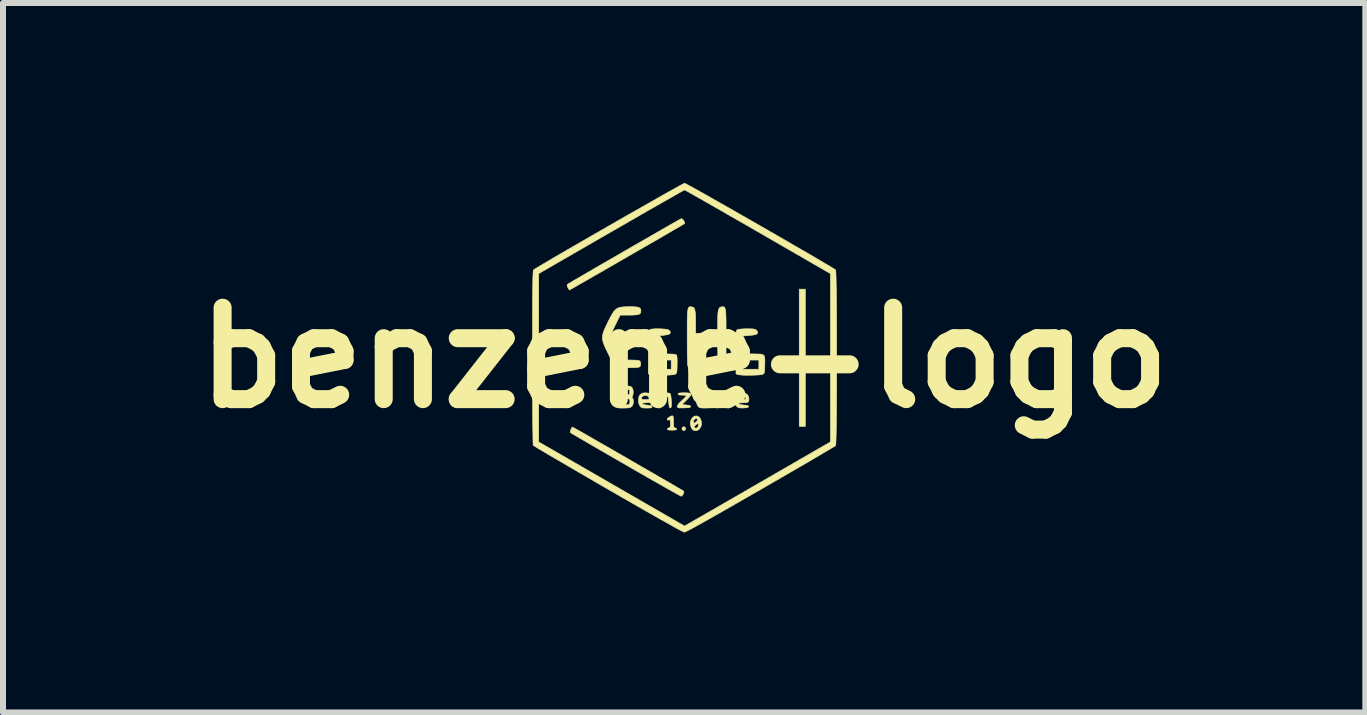
<source format=kicad_pcb>
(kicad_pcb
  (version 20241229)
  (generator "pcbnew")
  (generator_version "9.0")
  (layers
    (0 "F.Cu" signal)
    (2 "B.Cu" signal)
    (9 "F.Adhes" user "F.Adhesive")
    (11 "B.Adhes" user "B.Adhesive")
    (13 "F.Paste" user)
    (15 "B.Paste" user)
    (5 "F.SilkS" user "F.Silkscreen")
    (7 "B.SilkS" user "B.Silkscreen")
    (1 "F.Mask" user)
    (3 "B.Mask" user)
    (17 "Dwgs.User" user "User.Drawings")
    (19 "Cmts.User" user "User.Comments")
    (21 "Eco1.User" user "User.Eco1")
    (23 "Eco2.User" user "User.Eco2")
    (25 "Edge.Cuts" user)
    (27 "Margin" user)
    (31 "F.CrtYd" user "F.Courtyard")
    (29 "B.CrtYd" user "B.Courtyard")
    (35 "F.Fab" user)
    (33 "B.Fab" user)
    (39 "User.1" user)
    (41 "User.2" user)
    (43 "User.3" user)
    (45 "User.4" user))
  (footprint "benzene-logo"
    (layer "F.Cu")
    (at 8.353 2.913)
    (property "Reference" "benzene-logo" (at 0 0 0) (layer "F.SilkS") (effects (font (size 1.524 1.524) (thickness 0.3))))
    (attr through_hole)
    (fp_poly (pts (xy 2.019 1.143) (xy 1.918 1.143) (xy 1.918 -1.143) (xy 2.019 -1.143) (xy 2.019 1.143)) (stroke (width 0.01) (type solid)) (fill yes) (layer "F.SilkS"))
    (fp_poly (pts (xy 0.017 1.16) (xy 0.023 1.176) (xy 0.017 1.202) (xy -0.004 1.213) (xy -0.025 1.207) (xy -0.037 1.188) (xy -0.032 1.165) (xy -0.014 1.151) (xy -0.006 1.149) (xy 0.017 1.16)) (stroke (width 0.01) (type solid)) (fill yes) (layer "F.SilkS"))
    (fp_poly (pts (xy -0.184 0.979) (xy -0.179 1.01) (xy -0.178 1.064) (xy -0.178 1.067) (xy -0.177 1.117) (xy -0.175 1.148) (xy -0.169 1.163) (xy -0.159 1.168) (xy -0.152 1.168) (xy -0.132 1.176) (xy -0.127 1.187) (xy -0.133 1.199) (xy -0.154 1.204) (xy -0.194 1.206) (xy -0.203 1.206) (xy -0.247 1.205) (xy -0.271 1.2) (xy -0.279 1.19) (xy -0.279 1.187) (xy -0.269 1.172) (xy -0.254 1.168) (xy -0.239 1.165) (xy -0.232 1.152) (xy -0.229 1.122) (xy -0.229 1.1) (xy -0.23 1.06) (xy -0.234 1.041) (xy -0.244 1.036) (xy -0.253 1.037) (xy -0.277 1.038) (xy -0.284 1.026) (xy -0.273 1.008) (xy -0.251 0.991) (xy -0.218 0.972) (xy -0.196 0.967) (xy -0.184 0.979)) (stroke (width 0.01) (type solid)) (fill yes) (layer "F.SilkS"))
    (fp_poly (pts (xy 0.064 0.586) (xy 0.1 0.592) (xy 0.114 0.606) (xy 0.106 0.629) (xy 0.078 0.664) (xy 0.038 0.705) (xy -0.039 0.781) (xy 0.034 0.787) (xy 0.079 0.793) (xy 0.102 0.802) (xy 0.108 0.813) (xy 0.103 0.823) (xy 0.084 0.829) (xy 0.047 0.833) (xy 0.006 0.835) (xy -0.043 0.836) (xy -0.082 0.835) (xy -0.103 0.831) (xy -0.105 0.83) (xy -0.114 0.81) (xy -0.104 0.783) (xy -0.075 0.748) (xy -0.038 0.713) (xy -0.002 0.68) (xy 0.024 0.653) (xy 0.037 0.636) (xy 0.038 0.634) (xy 0.027 0.628) (xy -0.003 0.623) (xy -0.032 0.622) (xy -0.074 0.621) (xy -0.096 0.615) (xy -0.102 0.603) (xy -0.097 0.594) (xy -0.08 0.588) (xy -0.047 0.585) (xy 0.006 0.584) (xy 0.064 0.586)) (stroke (width 0.01) (type solid)) (fill yes) (layer "F.SilkS"))
    (fp_poly (pts (xy -0.392 0.592) (xy -0.387 0.597) (xy -0.37 0.603) (xy -0.356 0.597) (xy -0.323 0.587) (xy -0.284 0.585) (xy -0.249 0.59) (xy -0.231 0.6) (xy -0.225 0.619) (xy -0.219 0.657) (xy -0.215 0.706) (xy -0.214 0.724) (xy -0.212 0.777) (xy -0.214 0.81) (xy -0.219 0.828) (xy -0.228 0.835) (xy -0.23 0.835) (xy -0.241 0.833) (xy -0.248 0.819) (xy -0.253 0.787) (xy -0.258 0.742) (xy -0.264 0.683) (xy -0.274 0.647) (xy -0.29 0.632) (xy -0.313 0.634) (xy -0.336 0.646) (xy -0.361 0.665) (xy -0.374 0.689) (xy -0.378 0.725) (xy -0.383 0.783) (xy -0.391 0.819) (xy -0.404 0.836) (xy -0.413 0.838) (xy -0.422 0.834) (xy -0.427 0.818) (xy -0.431 0.786) (xy -0.432 0.735) (xy -0.432 0.711) (xy -0.431 0.652) (xy -0.429 0.613) (xy -0.424 0.592) (xy -0.416 0.585) (xy -0.413 0.584) (xy -0.392 0.592)) (stroke (width 0.01) (type solid)) (fill yes) (layer "F.SilkS"))
    (fp_poly (pts (xy 0.571 0.593) (xy 0.574 0.599) (xy 0.584 0.607) (xy 0.606 0.599) (xy 0.641 0.588) (xy 0.681 0.585) (xy 0.716 0.59) (xy 0.734 0.6) (xy 0.74 0.62) (xy 0.746 0.657) (xy 0.75 0.705) (xy 0.75 0.711) (xy 0.751 0.769) (xy 0.751 0.806) (xy 0.749 0.827) (xy 0.743 0.836) (xy 0.734 0.838) (xy 0.732 0.838) (xy 0.721 0.83) (xy 0.713 0.802) (xy 0.706 0.753) (xy 0.705 0.74) (xy 0.699 0.692) (xy 0.691 0.655) (xy 0.684 0.634) (xy 0.682 0.633) (xy 0.663 0.633) (xy 0.632 0.643) (xy 0.62 0.649) (xy 0.572 0.674) (xy 0.572 0.756) (xy 0.57 0.802) (xy 0.566 0.828) (xy 0.557 0.838) (xy 0.552 0.838) (xy 0.544 0.834) (xy 0.538 0.819) (xy 0.535 0.788) (xy 0.533 0.738) (xy 0.533 0.711) (xy 0.534 0.651) (xy 0.537 0.613) (xy 0.541 0.592) (xy 0.549 0.584) (xy 0.551 0.584) (xy 0.571 0.593)) (stroke (width 0.01) (type solid)) (fill yes) (layer "F.SilkS"))
    (fp_poly (pts (xy 0.248 0.988) (xy 0.272 1.02) (xy 0.286 1.062) (xy 0.289 1.107) (xy 0.278 1.15) (xy 0.253 1.187) (xy 0.245 1.193) (xy 0.217 1.212) (xy 0.192 1.216) (xy 0.162 1.21) (xy 0.137 1.192) (xy 0.118 1.16) (xy 0.167 1.16) (xy 0.181 1.172) (xy 0.211 1.172) (xy 0.232 1.149) (xy 0.237 1.135) (xy 0.24 1.105) (xy 0.23 1.097) (xy 0.205 1.109) (xy 0.198 1.113) (xy 0.172 1.139) (xy 0.167 1.16) (xy 0.118 1.16) (xy 0.116 1.157) (xy 0.104 1.113) (xy 0.102 1.088) (xy 0.106 1.068) (xy 0.152 1.068) (xy 0.156 1.088) (xy 0.17 1.088) (xy 0.198 1.069) (xy 0.2 1.068) (xy 0.224 1.041) (xy 0.225 1.021) (xy 0.21 1.012) (xy 0.186 1.014) (xy 0.164 1.033) (xy 0.153 1.062) (xy 0.152 1.068) (xy 0.106 1.068) (xy 0.111 1.044) (xy 0.135 1.003) (xy 0.167 0.976) (xy 0.176 0.972) (xy 0.215 0.97) (xy 0.248 0.988)) (stroke (width 0.01) (type solid)) (fill yes) (layer "F.SilkS"))
    (fp_poly (pts (xy -0.593 0.59) (xy -0.556 0.607) (xy -0.538 0.64) (xy -0.536 0.684) (xy -0.54 0.743) (xy -0.628 0.749) (xy -0.673 0.753) (xy -0.697 0.758) (xy -0.702 0.765) (xy -0.697 0.771) (xy -0.675 0.78) (xy -0.637 0.787) (xy -0.609 0.79) (xy -0.567 0.794) (xy -0.544 0.802) (xy -0.536 0.816) (xy -0.537 0.828) (xy -0.548 0.834) (xy -0.574 0.837) (xy -0.62 0.838) (xy -0.668 0.837) (xy -0.698 0.833) (xy -0.718 0.824) (xy -0.734 0.807) (xy -0.736 0.805) (xy -0.756 0.762) (xy -0.762 0.711) (xy -0.757 0.673) (xy -0.711 0.673) (xy -0.708 0.688) (xy -0.694 0.696) (xy -0.663 0.698) (xy -0.648 0.699) (xy -0.61 0.697) (xy -0.591 0.692) (xy -0.584 0.679) (xy -0.584 0.673) (xy -0.595 0.648) (xy -0.613 0.634) (xy -0.648 0.628) (xy -0.681 0.635) (xy -0.705 0.654) (xy -0.711 0.673) (xy -0.757 0.673) (xy -0.755 0.651) (xy -0.732 0.611) (xy -0.692 0.589) (xy -0.65 0.584) (xy -0.593 0.59)) (stroke (width 0.01) (type solid)) (fill yes) (layer "F.SilkS"))
    (fp_poly (pts (xy 0.373 0.59) (xy 0.409 0.607) (xy 0.427 0.64) (xy 0.429 0.684) (xy 0.425 0.743) (xy 0.34 0.749) (xy 0.291 0.756) (xy 0.266 0.765) (xy 0.266 0.774) (xy 0.289 0.783) (xy 0.336 0.789) (xy 0.349 0.79) (xy 0.394 0.794) (xy 0.418 0.801) (xy 0.429 0.813) (xy 0.429 0.816) (xy 0.429 0.828) (xy 0.418 0.834) (xy 0.391 0.837) (xy 0.345 0.838) (xy 0.297 0.837) (xy 0.267 0.833) (xy 0.247 0.824) (xy 0.231 0.807) (xy 0.23 0.805) (xy 0.209 0.762) (xy 0.203 0.711) (xy 0.208 0.673) (xy 0.254 0.673) (xy 0.257 0.688) (xy 0.271 0.696) (xy 0.302 0.698) (xy 0.318 0.699) (xy 0.356 0.697) (xy 0.375 0.692) (xy 0.381 0.679) (xy 0.381 0.673) (xy 0.37 0.648) (xy 0.352 0.634) (xy 0.317 0.628) (xy 0.284 0.635) (xy 0.26 0.654) (xy 0.254 0.673) (xy 0.208 0.673) (xy 0.211 0.651) (xy 0.234 0.611) (xy 0.273 0.589) (xy 0.316 0.584) (xy 0.373 0.59)) (stroke (width 0.01) (type solid)) (fill yes) (layer "F.SilkS"))
    (fp_poly (pts (xy 1.021 0.593) (xy 1.059 0.62) (xy 1.077 0.663) (xy 1.079 0.688) (xy 1.077 0.718) (xy 1.065 0.736) (xy 1.041 0.746) (xy 0.998 0.749) (xy 0.969 0.749) (xy 0.925 0.752) (xy 0.904 0.759) (xy 0.906 0.768) (xy 0.928 0.778) (xy 0.971 0.785) (xy 0.992 0.787) (xy 1.039 0.793) (xy 1.064 0.8) (xy 1.073 0.811) (xy 1.073 0.813) (xy 1.067 0.824) (xy 1.045 0.831) (xy 1.003 0.835) (xy 0.99 0.836) (xy 0.942 0.836) (xy 0.911 0.832) (xy 0.889 0.821) (xy 0.879 0.813) (xy 0.862 0.792) (xy 0.854 0.765) (xy 0.851 0.722) (xy 0.851 0.711) (xy 0.854 0.673) (xy 0.902 0.673) (xy 0.905 0.688) (xy 0.919 0.696) (xy 0.95 0.698) (xy 0.965 0.699) (xy 1.003 0.697) (xy 1.022 0.692) (xy 1.028 0.679) (xy 1.029 0.673) (xy 1.017 0.648) (xy 0.997 0.633) (xy 0.961 0.626) (xy 0.928 0.635) (xy 0.906 0.655) (xy 0.902 0.673) (xy 0.854 0.673) (xy 0.856 0.652) (xy 0.874 0.613) (xy 0.907 0.592) (xy 0.959 0.584) (xy 0.965 0.584) (xy 1.021 0.593)) (stroke (width 0.01) (type solid)) (fill yes) (layer "F.SilkS"))
    (fp_poly (pts (xy -0.934 0.471) (xy -0.901 0.476) (xy -0.88 0.486) (xy -0.871 0.494) (xy -0.856 0.524) (xy -0.849 0.566) (xy -0.851 0.608) (xy -0.861 0.639) (xy -0.863 0.64) (xy -0.87 0.659) (xy -0.866 0.665) (xy -0.852 0.686) (xy -0.847 0.722) (xy -0.849 0.761) (xy -0.854 0.777) (xy -0.869 0.807) (xy -0.893 0.825) (xy -0.931 0.835) (xy -0.989 0.838) (xy -0.996 0.838) (xy -1.079 0.838) (xy -1.079 0.731) (xy -1.029 0.731) (xy -1.029 0.789) (xy -0.968 0.785) (xy -0.932 0.782) (xy -0.914 0.774) (xy -0.907 0.757) (xy -0.904 0.735) (xy -0.906 0.703) (xy -0.921 0.684) (xy -0.953 0.675) (xy -0.994 0.673) (xy -1.015 0.675) (xy -1.025 0.685) (xy -1.029 0.711) (xy -1.029 0.731) (xy -1.079 0.731) (xy -1.079 0.624) (xy -1.029 0.624) (xy -0.968 0.62) (xy -0.932 0.617) (xy -0.914 0.609) (xy -0.909 0.593) (xy -0.908 0.572) (xy -0.909 0.545) (xy -0.918 0.531) (xy -0.939 0.525) (xy -0.968 0.523) (xy -1.029 0.519) (xy -1.029 0.624) (xy -1.079 0.624) (xy -1.079 0.47) (xy -0.986 0.47) (xy -0.934 0.471)) (stroke (width 0.01) (type solid)) (fill yes) (layer "F.SilkS"))
    (fp_poly (pts (xy -1.849 1.162) (xy -1.817 1.18) (xy -1.767 1.208) (xy -1.701 1.245) (xy -1.621 1.291) (xy -1.529 1.344) (xy -1.427 1.403) (xy -1.316 1.466) (xy -1.199 1.533) (xy -1.078 1.603) (xy -0.955 1.674) (xy -0.831 1.746) (xy -0.709 1.816) (xy -0.591 1.884) (xy -0.478 1.95) (xy -0.372 2.011) (xy -0.276 2.066) (xy -0.192 2.115) (xy -0.121 2.157) (xy -0.065 2.189) (xy -0.027 2.212) (xy -0.008 2.223) (xy -0.007 2.224) (xy -0.005 2.241) (xy -0.014 2.267) (xy -0.029 2.293) (xy -0.046 2.308) (xy -0.047 2.308) (xy -0.059 2.302) (xy -0.092 2.285) (xy -0.143 2.257) (xy -0.212 2.218) (xy -0.296 2.171) (xy -0.393 2.116) (xy -0.503 2.053) (xy -0.624 1.984) (xy -0.753 1.91) (xy -0.889 1.832) (xy -0.97 1.785) (xy -1.11 1.704) (xy -1.244 1.627) (xy -1.37 1.554) (xy -1.486 1.487) (xy -1.591 1.426) (xy -1.683 1.372) (xy -1.761 1.327) (xy -1.823 1.291) (xy -1.866 1.265) (xy -1.891 1.25) (xy -1.895 1.247) (xy -1.897 1.23) (xy -1.89 1.203) (xy -1.878 1.175) (xy -1.865 1.158) (xy -1.861 1.156) (xy -1.849 1.162)) (stroke (width 0.01) (type solid)) (fill yes) (layer "F.SilkS"))
    (fp_poly (pts (xy -0.032 -2.313) (xy -0.013 -2.293) (xy 0.002 -2.267) (xy 0.008 -2.244) (xy 0.005 -2.236) (xy -0.008 -2.228) (xy -0.04 -2.209) (xy -0.09 -2.179) (xy -0.157 -2.141) (xy -0.237 -2.094) (xy -0.33 -2.04) (xy -0.433 -1.98) (xy -0.545 -1.916) (xy -0.663 -1.848) (xy -0.786 -1.777) (xy -0.911 -1.705) (xy -1.037 -1.632) (xy -1.161 -1.56) (xy -1.283 -1.49) (xy -1.399 -1.423) (xy -1.508 -1.361) (xy -1.608 -1.303) (xy -1.697 -1.252) (xy -1.774 -1.208) (xy -1.835 -1.173) (xy -1.88 -1.148) (xy -1.906 -1.133) (xy -1.912 -1.13) (xy -1.921 -1.14) (xy -1.935 -1.165) (xy -1.938 -1.17) (xy -1.95 -1.199) (xy -1.949 -1.216) (xy -1.941 -1.226) (xy -1.928 -1.234) (xy -1.895 -1.254) (xy -1.844 -1.284) (xy -1.776 -1.323) (xy -1.695 -1.371) (xy -1.601 -1.425) (xy -1.498 -1.486) (xy -1.385 -1.551) (xy -1.267 -1.619) (xy -1.144 -1.69) (xy -1.019 -1.762) (xy -0.894 -1.835) (xy -0.77 -1.906) (xy -0.649 -1.975) (xy -0.535 -2.041) (xy -0.427 -2.103) (xy -0.33 -2.159) (xy -0.243 -2.209) (xy -0.17 -2.25) (xy -0.112 -2.283) (xy -0.072 -2.305) (xy -0.051 -2.317) (xy -0.049 -2.318) (xy -0.032 -2.313)) (stroke (width 0.01) (type solid)) (fill yes) (layer "F.SilkS"))
    (fp_poly (pts (xy -0.383 -0.482) (xy -0.328 -0.478) (xy -0.284 -0.472) (xy -0.257 -0.463) (xy -0.257 -0.463) (xy -0.232 -0.437) (xy -0.233 -0.411) (xy -0.245 -0.396) (xy -0.264 -0.389) (xy -0.302 -0.381) (xy -0.352 -0.374) (xy -0.375 -0.372) (xy -0.489 -0.362) (xy -0.493 -0.213) (xy -0.496 -0.064) (xy -0.319 -0.064) (xy -0.244 -0.063) (xy -0.19 -0.061) (xy -0.155 -0.057) (xy -0.135 -0.051) (xy -0.128 -0.046) (xy -0.121 -0.022) (xy -0.117 0.026) (xy -0.117 0.098) (xy -0.117 0.116) (xy -0.119 0.178) (xy -0.121 0.22) (xy -0.125 0.246) (xy -0.132 0.261) (xy -0.143 0.271) (xy -0.152 0.276) (xy -0.177 0.282) (xy -0.222 0.286) (xy -0.28 0.289) (xy -0.345 0.291) (xy -0.412 0.291) (xy -0.474 0.29) (xy -0.526 0.286) (xy -0.561 0.281) (xy -0.568 0.279) (xy -0.597 0.268) (xy -0.597 0.038) (xy -0.495 0.038) (xy -0.495 0.191) (xy -0.216 0.191) (xy -0.216 0.038) (xy -0.495 0.038) (xy -0.597 0.038) (xy -0.597 -0.094) (xy -0.597 -0.2) (xy -0.596 -0.283) (xy -0.596 -0.346) (xy -0.594 -0.392) (xy -0.592 -0.425) (xy -0.589 -0.446) (xy -0.584 -0.458) (xy -0.578 -0.466) (xy -0.572 -0.469) (xy -0.544 -0.477) (xy -0.498 -0.482) (xy -0.442 -0.483) (xy -0.383 -0.482)) (stroke (width 0.01) (type solid)) (fill yes) (layer "F.SilkS"))
    (fp_poly (pts (xy 1.108 -0.482) (xy 1.15 -0.48) (xy 1.177 -0.475) (xy 1.195 -0.467) (xy 1.207 -0.457) (xy 1.224 -0.433) (xy 1.221 -0.41) (xy 1.22 -0.407) (xy 1.207 -0.394) (xy 1.184 -0.385) (xy 1.144 -0.378) (xy 1.108 -0.375) (xy 1.059 -0.371) (xy 1.018 -0.367) (xy 0.993 -0.364) (xy 0.991 -0.364) (xy 0.982 -0.359) (xy 0.976 -0.342) (xy 0.972 -0.31) (xy 0.969 -0.259) (xy 0.968 -0.213) (xy 0.964 -0.064) (xy 1.142 -0.064) (xy 1.219 -0.063) (xy 1.274 -0.061) (xy 1.31 -0.053) (xy 1.332 -0.036) (xy 1.342 -0.006) (xy 1.345 0.039) (xy 1.344 0.102) (xy 1.343 0.123) (xy 1.342 0.184) (xy 1.339 0.224) (xy 1.334 0.249) (xy 1.327 0.263) (xy 1.315 0.272) (xy 1.308 0.276) (xy 1.283 0.282) (xy 1.239 0.286) (xy 1.181 0.289) (xy 1.116 0.291) (xy 1.049 0.291) (xy 0.987 0.29) (xy 0.935 0.286) (xy 0.9 0.281) (xy 0.892 0.279) (xy 0.864 0.268) (xy 0.864 0.038) (xy 0.965 0.038) (xy 0.965 0.191) (xy 1.245 0.191) (xy 1.245 0.038) (xy 0.965 0.038) (xy 0.864 0.038) (xy 0.864 -0.094) (xy 0.864 -0.2) (xy 0.864 -0.283) (xy 0.865 -0.346) (xy 0.866 -0.392) (xy 0.869 -0.425) (xy 0.872 -0.446) (xy 0.876 -0.458) (xy 0.882 -0.466) (xy 0.888 -0.469) (xy 0.911 -0.475) (xy 0.952 -0.479) (xy 1.006 -0.482) (xy 1.047 -0.483) (xy 1.108 -0.482)) (stroke (width 0.01) (type solid)) (fill yes) (layer "F.SilkS"))
    (fp_poly (pts (xy -0.836 -0.85) (xy -0.783 -0.845) (xy -0.749 -0.835) (xy -0.73 -0.82) (xy -0.722 -0.797) (xy -0.721 -0.781) (xy -0.724 -0.754) (xy -0.736 -0.735) (xy -0.761 -0.722) (xy -0.801 -0.715) (xy -0.861 -0.712) (xy -0.916 -0.711) (xy -1.066 -0.711) (xy -1.149 -0.545) (xy -1.179 -0.483) (xy -1.204 -0.425) (xy -1.222 -0.379) (xy -1.231 -0.348) (xy -1.232 -0.342) (xy -1.226 -0.317) (xy -1.211 -0.276) (xy -1.189 -0.224) (xy -1.162 -0.167) (xy -1.133 -0.108) (xy -1.105 -0.055) (xy -1.079 -0.01) (xy -1.058 0.02) (xy -1.047 0.03) (xy -1.027 0.033) (xy -0.987 0.036) (xy -0.934 0.038) (xy -0.891 0.038) (xy -0.818 0.04) (xy -0.767 0.044) (xy -0.741 0.052) (xy -0.739 0.053) (xy -0.726 0.081) (xy -0.725 0.117) (xy -0.736 0.146) (xy -0.739 0.15) (xy -0.759 0.157) (xy -0.798 0.162) (xy -0.851 0.164) (xy -0.911 0.165) (xy -0.973 0.164) (xy -1.031 0.16) (xy -1.079 0.155) (xy -1.11 0.148) (xy -1.113 0.147) (xy -1.136 0.135) (xy -1.157 0.116) (xy -1.179 0.089) (xy -1.204 0.05) (xy -1.234 -0.005) (xy -1.271 -0.079) (xy -1.283 -0.104) (xy -1.32 -0.182) (xy -1.346 -0.246) (xy -1.36 -0.3) (xy -1.362 -0.35) (xy -1.353 -0.403) (xy -1.332 -0.464) (xy -1.298 -0.538) (xy -1.275 -0.586) (xy -1.232 -0.671) (xy -1.196 -0.736) (xy -1.163 -0.783) (xy -1.128 -0.815) (xy -1.088 -0.835) (xy -1.039 -0.846) (xy -0.977 -0.85) (xy -0.91 -0.851) (xy -0.836 -0.85)) (stroke (width 0.01) (type solid)) (fill yes) (layer "F.SilkS"))
    (fp_poly (pts (xy 0.124 -0.849) (xy 0.125 -0.848) (xy 0.148 -0.842) (xy 0.165 -0.827) (xy 0.177 -0.801) (xy 0.184 -0.76) (xy 0.189 -0.701) (xy 0.19 -0.62) (xy 0.19 -0.594) (xy 0.191 -0.406) (xy 0.559 -0.406) (xy 0.559 -0.594) (xy 0.56 -0.681) (xy 0.563 -0.746) (xy 0.57 -0.791) (xy 0.581 -0.822) (xy 0.596 -0.839) (xy 0.617 -0.847) (xy 0.624 -0.848) (xy 0.643 -0.85) (xy 0.658 -0.849) (xy 0.67 -0.843) (xy 0.679 -0.83) (xy 0.686 -0.807) (xy 0.691 -0.773) (xy 0.695 -0.724) (xy 0.697 -0.659) (xy 0.698 -0.576) (xy 0.698 -0.472) (xy 0.698 -0.345) (xy 0.699 -0.338) (xy 0.698 -0.206) (xy 0.698 -0.098) (xy 0.696 -0.012) (xy 0.694 0.054) (xy 0.692 0.102) (xy 0.689 0.133) (xy 0.685 0.148) (xy 0.683 0.15) (xy 0.659 0.162) (xy 0.636 0.165) (xy 0.611 0.164) (xy 0.593 0.158) (xy 0.58 0.145) (xy 0.572 0.121) (xy 0.566 0.083) (xy 0.563 0.026) (xy 0.561 -0.052) (xy 0.561 -0.069) (xy 0.557 -0.279) (xy 0.192 -0.279) (xy 0.188 -0.069) (xy 0.186 0.013) (xy 0.184 0.073) (xy 0.179 0.115) (xy 0.171 0.142) (xy 0.159 0.157) (xy 0.142 0.163) (xy 0.119 0.165) (xy 0.114 0.165) (xy 0.083 0.159) (xy 0.066 0.15) (xy 0.062 0.138) (xy 0.058 0.112) (xy 0.056 0.07) (xy 0.054 0.009) (xy 0.052 -0.071) (xy 0.051 -0.173) (xy 0.051 -0.298) (xy 0.051 -0.338) (xy 0.051 -0.466) (xy 0.051 -0.572) (xy 0.052 -0.656) (xy 0.054 -0.721) (xy 0.058 -0.771) (xy 0.063 -0.806) (xy 0.07 -0.829) (xy 0.079 -0.843) (xy 0.091 -0.849) (xy 0.106 -0.85) (xy 0.124 -0.849)) (stroke (width 0.01) (type solid)) (fill yes) (layer "F.SilkS"))
    (fp_poly (pts (xy 0.022 -2.902) (xy 0.056 -2.884) (xy 0.109 -2.855) (xy 0.179 -2.817) (xy 0.264 -2.769) (xy 0.363 -2.714) (xy 0.473 -2.651) (xy 0.593 -2.583) (xy 0.722 -2.51) (xy 0.857 -2.433) (xy 0.997 -2.353) (xy 1.14 -2.271) (xy 1.285 -2.188) (xy 1.429 -2.105) (xy 1.572 -2.023) (xy 1.711 -1.943) (xy 1.844 -1.865) (xy 1.971 -1.792) (xy 2.089 -1.724) (xy 2.196 -1.661) (xy 2.291 -1.605) (xy 2.372 -1.557) (xy 2.438 -1.518) (xy 2.486 -1.488) (xy 2.516 -1.47) (xy 2.524 -1.463) (xy 2.527 -1.447) (xy 2.529 -1.408) (xy 2.531 -1.347) (xy 2.533 -1.267) (xy 2.535 -1.169) (xy 2.537 -1.056) (xy 2.538 -0.929) (xy 2.539 -0.79) (xy 2.54 -0.642) (xy 2.541 -0.486) (xy 2.541 -0.324) (xy 2.541 -0.158) (xy 2.542 0.009) (xy 2.541 0.177) (xy 2.541 0.342) (xy 2.541 0.503) (xy 2.54 0.659) (xy 2.539 0.806) (xy 2.538 0.943) (xy 2.536 1.069) (xy 2.535 1.181) (xy 2.533 1.277) (xy 2.531 1.355) (xy 2.529 1.413) (xy 2.526 1.45) (xy 2.524 1.463) (xy 2.511 1.472) (xy 2.478 1.493) (xy 2.425 1.524) (xy 2.354 1.566) (xy 2.268 1.617) (xy 2.166 1.677) (xy 2.051 1.745) (xy 1.923 1.819) (xy 1.785 1.899) (xy 1.637 1.985) (xy 1.482 2.074) (xy 1.32 2.168) (xy 1.272 2.196) (xy 1.052 2.322) (xy 0.854 2.436) (xy 0.677 2.537) (xy 0.521 2.626) (xy 0.386 2.702) (xy 0.272 2.766) (xy 0.178 2.818) (xy 0.105 2.858) (xy 0.051 2.886) (xy 0.017 2.902) (xy 0.002 2.907) (xy -0.014 2.9) (xy -0.05 2.882) (xy -0.107 2.852) (xy -0.181 2.811) (xy -0.273 2.759) (xy -0.381 2.699) (xy -0.504 2.629) (xy -0.641 2.551) (xy -0.791 2.465) (xy -0.952 2.373) (xy -1.124 2.274) (xy -1.268 2.191) (xy -1.432 2.096) (xy -1.589 2.005) (xy -1.738 1.918) (xy -1.879 1.836) (xy -2.009 1.76) (xy -2.128 1.691) (xy -2.234 1.629) (xy -2.324 1.575) (xy -2.399 1.531) (xy -2.457 1.496) (xy -2.496 1.472) (xy -2.515 1.46) (xy -2.516 1.459) (xy -2.517 1.444) (xy -2.519 1.405) (xy -2.519 1.403) (xy -2.425 1.403) (xy 0.006 2.805) (xy 0.077 2.764) (xy 0.098 2.753) (xy 0.139 2.729) (xy 0.199 2.694) (xy 0.277 2.65) (xy 0.37 2.596) (xy 0.477 2.535) (xy 0.597 2.465) (xy 0.728 2.39) (xy 0.868 2.309) (xy 1.016 2.224) (xy 1.171 2.134) (xy 1.293 2.064) (xy 2.438 1.403) (xy 2.438 0) (xy 2.438 -1.403) (xy 1.229 -2.101) (xy 1.068 -2.194) (xy 0.912 -2.283) (xy 0.764 -2.368) (xy 0.626 -2.448) (xy 0.497 -2.521) (xy 0.38 -2.588) (xy 0.277 -2.647) (xy 0.188 -2.697) (xy 0.115 -2.739) (xy 0.06 -2.77) (xy 0.023 -2.79) (xy 0.007 -2.798) (xy 0.007 -2.798) (xy -0.006 -2.792) (xy -0.039 -2.774) (xy -0.091 -2.745) (xy -0.161 -2.705) (xy -0.247 -2.656) (xy -0.349 -2.598) (xy -0.463 -2.533) (xy -0.59 -2.461) (xy -0.727 -2.382) (xy -0.873 -2.298) (xy -1.027 -2.209) (xy -1.188 -2.117) (xy -1.216 -2.101) (xy -2.425 -1.403) (xy -2.425 0) (xy -2.425 1.403) (xy -2.519 1.403) (xy -2.52 1.345) (xy -2.521 1.264) (xy -2.523 1.163) (xy -2.524 1.046) (xy -2.525 0.913) (xy -2.525 0.766) (xy -2.526 0.606) (xy -2.527 0.436) (xy -2.527 0.256) (xy -2.527 0.069) (xy -2.527 -0.001) (xy -2.527 -0.232) (xy -2.527 -0.44) (xy -2.527 -0.624) (xy -2.526 -0.787) (xy -2.526 -0.928) (xy -2.525 -1.05) (xy -2.524 -1.154) (xy -2.523 -1.241) (xy -2.522 -1.311) (xy -2.52 -1.367) (xy -2.518 -1.408) (xy -2.516 -1.438) (xy -2.514 -1.456) (xy -2.511 -1.463) (xy -2.498 -1.473) (xy -2.464 -1.494) (xy -2.411 -1.526) (xy -2.342 -1.567) (xy -2.257 -1.617) (xy -2.159 -1.675) (xy -2.049 -1.739) (xy -1.929 -1.809) (xy -1.8 -1.883) (xy -1.665 -1.961) (xy -1.525 -2.042) (xy -1.382 -2.124) (xy -1.237 -2.207) (xy -1.093 -2.29) (xy -0.95 -2.372) (xy -0.811 -2.451) (xy -0.677 -2.527) (xy -0.55 -2.599) (xy -0.432 -2.666) (xy -0.325 -2.727) (xy -0.229 -2.781) (xy -0.147 -2.826) (xy -0.081 -2.863) (xy -0.032 -2.889) (xy -0.002 -2.905) (xy 0.007 -2.908) (xy 0.022 -2.902)) (stroke (width 0.01) (type solid)) (fill yes) (layer "F.SilkS")))
  (gr_rect
    (start -3 -3)
    (end 19.706 8.825)
    (stroke (width 0.1) (type default))
    (fill no)
    (layer "Edge.Cuts")))
</source>
